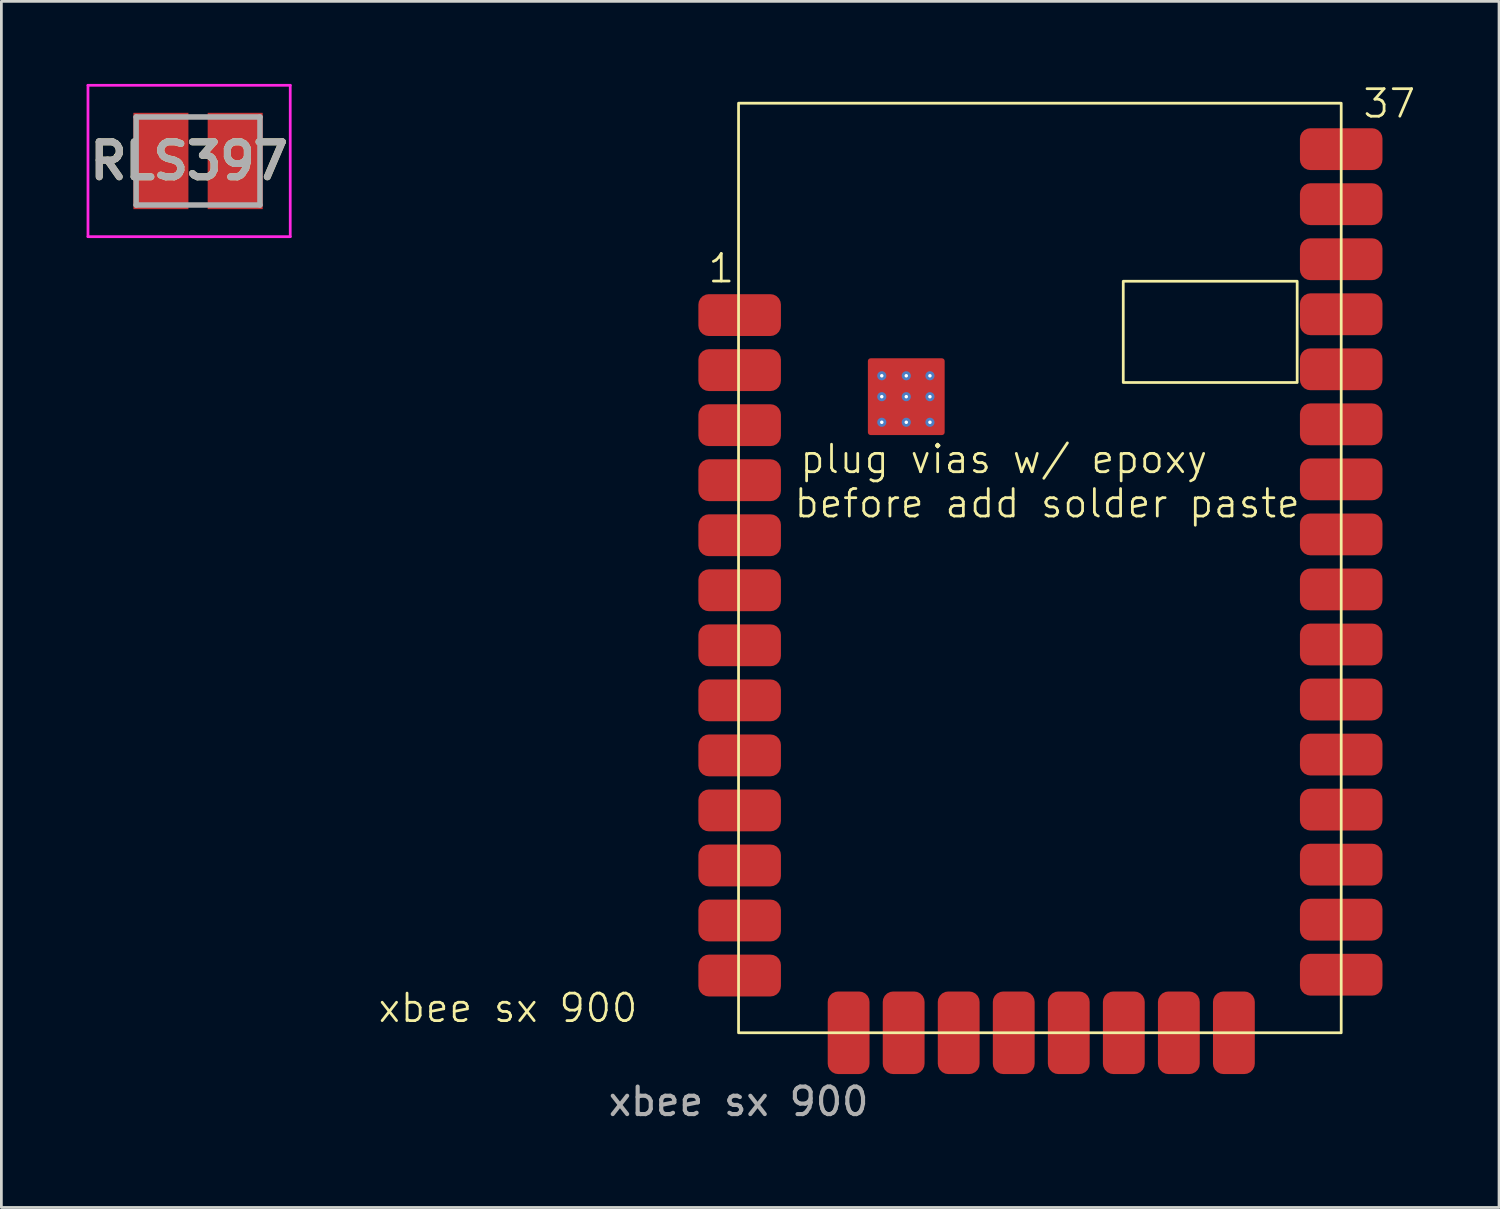
<source format=kicad_pcb>
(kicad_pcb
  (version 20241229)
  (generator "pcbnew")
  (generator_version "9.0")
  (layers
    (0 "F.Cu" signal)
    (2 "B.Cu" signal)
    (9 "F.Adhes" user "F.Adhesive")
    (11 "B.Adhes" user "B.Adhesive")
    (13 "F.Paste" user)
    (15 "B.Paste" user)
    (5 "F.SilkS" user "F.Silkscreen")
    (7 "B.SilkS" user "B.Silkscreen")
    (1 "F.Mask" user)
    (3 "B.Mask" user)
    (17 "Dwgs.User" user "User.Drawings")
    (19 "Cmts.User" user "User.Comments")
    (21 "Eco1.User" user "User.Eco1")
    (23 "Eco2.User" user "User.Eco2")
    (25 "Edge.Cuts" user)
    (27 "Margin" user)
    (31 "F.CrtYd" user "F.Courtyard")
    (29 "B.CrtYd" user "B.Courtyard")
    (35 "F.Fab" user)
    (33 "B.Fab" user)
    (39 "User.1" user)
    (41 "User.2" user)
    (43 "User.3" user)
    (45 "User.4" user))
  (footprint "RLS397"
    (layer "F.Cu")
    (at 4.147 2.8)
    (property "Reference" "RLS397" (at -0.325 0 0) (layer "F.SilkS") (effects (font (size 1.27 1.27) (thickness 0.254))))
    (attr smd)
    (fp_line (start -3 -0.2) (end -3 -0.2) (stroke (width 0.1) (type solid)) (layer "F.SilkS"))
    (fp_line (start -2.9 -0.2) (end -2.9 -0.2) (stroke (width 0.1) (type solid)) (layer "F.SilkS"))
    (fp_arc (start -3 -0.2) (mid -2.95 -0.25) (end -2.9 -0.2) (stroke (width 0.1) (type solid)) (layer "F.SilkS"))
    (fp_arc (start -2.9 -0.2) (mid -2.95 -0.15) (end -3 -0.2) (stroke (width 0.1) (type solid)) (layer "F.SilkS"))
    (fp_line (start -4 -2.75) (end 3.35 -2.75) (stroke (width 0.1) (type solid)) (layer "F.CrtYd"))
    (fp_line (start -4 2.75) (end -4 -2.75) (stroke (width 0.1) (type solid)) (layer "F.CrtYd"))
    (fp_line (start 3.35 -2.75) (end 3.35 2.75) (stroke (width 0.1) (type solid)) (layer "F.CrtYd"))
    (fp_line (start 3.35 2.75) (end -4 2.75) (stroke (width 0.1) (type solid)) (layer "F.CrtYd"))
    (fp_line (start -2.25 -1.6) (end 2.25 -1.6) (stroke (width 0.2) (type solid)) (layer "F.Fab"))
    (fp_line (start -2.25 1.6) (end -2.25 -1.6) (stroke (width 0.2) (type solid)) (layer "F.Fab"))
    (fp_line (start 2.25 -1.6) (end 2.25 1.6) (stroke (width 0.2) (type solid)) (layer "F.Fab"))
    (fp_line (start 2.25 1.6) (end -2.25 1.6) (stroke (width 0.2) (type solid)) (layer "F.Fab"))
    (fp_text user "${REFERENCE}" (at -0.325 0 0) (layer "F.Fab") (effects (font (size 1.27 1.27) (thickness 0.254))))
    (pad "1" smd rect (at -1.35 0) (size 2 3.5) (layers "F.Cu" "F.Mask" "F.Paste"))
    (pad "2" smd rect (at 1.35 0) (size 2 3.5) (layers "F.Cu" "F.Mask" "F.Paste")))
  (footprint "xbee sx 900"
    (layer "F.Cu")
    (at 23.788 34.48)
    (property "Reference" "xbee sx 900" (at -8.38 -0.9 0) (unlocked yes) (layer "F.SilkS") (effects (font (size 1 1) (thickness 0.1))))
    (attr smd)
    (fp_rect (start 0 0) (end 21.9 -33.78) (stroke (width 0.1) (type default)) (fill no) (layer "F.SilkS"))
    (fp_rect (start 13.98 -27.31) (end 20.3 -23.63) (stroke (width 0.1) (type default)) (fill no) (layer "F.SilkS"))
    (fp_text user "before add solder paste" (at 1.96 -18.65 0) (unlocked yes) (layer "F.SilkS") (effects (font (size 1 1) (thickness 0.1)) (justify left bottom)))
    (fp_text user "1" (at -1.17 -27.19 0) (unlocked yes) (layer "F.SilkS") (effects (font (size 1 1) (thickness 0.1)) (justify left bottom)))
    (fp_text user "plug vias w/ epoxy" (at 2.17 -20.26 0) (unlocked yes) (layer "F.SilkS") (effects (font (size 1 1) (thickness 0.1)) (justify left bottom)))
    (fp_text user "37" (at 22.63 -33.18 0) (unlocked yes) (layer "F.SilkS") (effects (font (size 1 1) (thickness 0.1)) (justify left bottom)))
    (fp_text user "${REFERENCE}" (at 0 2.5 0) (unlocked yes) (layer "F.Fab") (effects (font (size 1 1) (thickness 0.15))))
    (pad "1" smd roundrect (at 0.04 -26.08) (size 3 1.52) (layers "F.Cu" "F.Mask" "F.Paste") (roundrect_rratio 0.25))
    (pad "2" smd roundrect (at 0.04 -24.08) (size 3 1.52) (layers "F.Cu" "F.Mask" "F.Paste") (roundrect_rratio 0.25))
    (pad "3" smd roundrect (at 0.04 -22.08) (size 3 1.52) (layers "F.Cu" "F.Mask" "F.Paste") (roundrect_rratio 0.25))
    (pad "4" smd roundrect (at 0.04 -20.08) (size 3 1.52) (layers "F.Cu" "F.Mask" "F.Paste") (roundrect_rratio 0.25))
    (pad "5" smd roundrect (at 0.04 -18.08) (size 3 1.52) (layers "F.Cu" "F.Mask" "F.Paste") (roundrect_rratio 0.25))
    (pad "6" smd roundrect (at 0.04 -16.08) (size 3 1.52) (layers "F.Cu" "F.Mask" "F.Paste") (roundrect_rratio 0.25))
    (pad "7" smd roundrect (at 0.04 -14.08) (size 3 1.52) (layers "F.Cu" "F.Mask" "F.Paste") (roundrect_rratio 0.25))
    (pad "8" smd roundrect (at 0.04 -12.08) (size 3 1.52) (layers "F.Cu" "F.Mask" "F.Paste") (roundrect_rratio 0.25))
    (pad "9" smd roundrect (at 0.04 -10.08) (size 3 1.52) (layers "F.Cu" "F.Mask" "F.Paste") (roundrect_rratio 0.25))
    (pad "10" smd roundrect (at 0.04 -8.08) (size 3 1.52) (layers "F.Cu" "F.Mask" "F.Paste") (roundrect_rratio 0.25))
    (pad "11" smd roundrect (at 0.04 -6.08) (size 3 1.52) (layers "F.Cu" "F.Mask" "F.Paste") (roundrect_rratio 0.25))
    (pad "12" smd roundrect (at 0.04 -4.08) (size 3 1.52) (layers "F.Cu" "F.Mask" "F.Paste") (roundrect_rratio 0.25))
    (pad "13" smd roundrect (at 0.04 -2.08) (size 3 1.52) (layers "F.Cu" "F.Mask" "F.Paste") (roundrect_rratio 0.25))
    (pad "14" smd roundrect (at 4 0 90) (size 3 1.52) (layers "F.Cu" "F.Mask" "F.Paste") (roundrect_rratio 0.25))
    (pad "15" smd roundrect (at 6 0 90) (size 3 1.52) (layers "F.Cu" "F.Mask" "F.Paste") (roundrect_rratio 0.25))
    (pad "16" smd roundrect (at 8 0 90) (size 3 1.52) (layers "F.Cu" "F.Mask" "F.Paste") (roundrect_rratio 0.25))
    (pad "17" smd roundrect (at 10 0 90) (size 3 1.52) (layers "F.Cu" "F.Mask" "F.Paste") (roundrect_rratio 0.25))
    (pad "18" smd roundrect (at 12 0 90) (size 3 1.52) (layers "F.Cu" "F.Mask" "F.Paste") (roundrect_rratio 0.25))
    (pad "19" smd roundrect (at 14 0 90) (size 3 1.52) (layers "F.Cu" "F.Mask" "F.Paste") (roundrect_rratio 0.25))
    (pad "20" smd roundrect (at 16 0 90) (size 3 1.52) (layers "F.Cu" "F.Mask" "F.Paste") (roundrect_rratio 0.25))
    (pad "21" smd roundrect (at 18 0 90) (size 3 1.52) (layers "F.Cu" "F.Mask" "F.Paste") (roundrect_rratio 0.25))
    (pad "22" smd roundrect (at 21.9 -2.11) (size 3 1.52) (layers "F.Cu" "F.Mask" "F.Paste") (roundrect_rratio 0.25))
    (pad "23" smd roundrect (at 21.9 -4.11) (size 3 1.52) (layers "F.Cu" "F.Mask" "F.Paste") (roundrect_rratio 0.25))
    (pad "24" smd roundrect (at 21.9 -6.11) (size 3 1.52) (layers "F.Cu" "F.Mask" "F.Paste") (roundrect_rratio 0.25))
    (pad "25" smd roundrect (at 21.9 -8.11) (size 3 1.52) (layers "F.Cu" "F.Mask" "F.Paste") (roundrect_rratio 0.25))
    (pad "26" smd roundrect (at 21.9 -10.11) (size 3 1.52) (layers "F.Cu" "F.Mask" "F.Paste") (roundrect_rratio 0.25))
    (pad "27" smd roundrect (at 21.9 -12.11) (size 3 1.52) (layers "F.Cu" "F.Mask" "F.Paste") (roundrect_rratio 0.25))
    (pad "28" smd roundrect (at 21.9 -14.11) (size 3 1.52) (layers "F.Cu" "F.Mask" "F.Paste") (roundrect_rratio 0.25))
    (pad "29" smd roundrect (at 21.9 -16.11) (size 3 1.52) (layers "F.Cu" "F.Mask" "F.Paste") (roundrect_rratio 0.25))
    (pad "30" smd roundrect (at 21.9 -18.11) (size 3 1.52) (layers "F.Cu" "F.Mask" "F.Paste") (roundrect_rratio 0.25))
    (pad "31" smd roundrect (at 21.9 -20.11) (size 3 1.52) (layers "F.Cu" "F.Mask" "F.Paste") (roundrect_rratio 0.25))
    (pad "32" smd roundrect (at 21.9 -22.11) (size 3 1.52) (layers "F.Cu" "F.Mask" "F.Paste") (roundrect_rratio 0.25))
    (pad "33" smd roundrect (at 21.9 -24.11) (size 3 1.52) (layers "F.Cu" "F.Mask" "F.Paste") (roundrect_rratio 0.25))
    (pad "34" smd roundrect (at 21.9 -26.11) (size 3 1.52) (layers "F.Cu" "F.Mask" "F.Paste") (roundrect_rratio 0.25))
    (pad "35" smd roundrect (at 21.9 -28.11) (size 3 1.52) (layers "F.Cu" "F.Mask" "F.Paste") (roundrect_rratio 0.25))
    (pad "36" smd roundrect (at 21.9 -30.11) (size 3 1.52) (layers "F.Cu" "F.Mask" "F.Paste") (roundrect_rratio 0.25))
    (pad "37" smd roundrect (at 21.9 -32.11) (size 3 1.52) (layers "F.Cu" "F.Mask" "F.Paste") (roundrect_rratio 0.25))
    (pad "38" thru_hole circle (at 5.205 -23.875) (size 0.33 0.33) (drill 0.127) (layers "*.Cu"))
    (pad "38" thru_hole circle (at 5.205 -23.115) (size 0.33 0.33) (drill 0.127) (layers "*.Cu"))
    (pad "38" thru_hole circle (at 5.205 -22.185) (size 0.33 0.33) (drill 0.127) (layers "*.Cu"))
    (pad "38" thru_hole circle (at 6.095 -23.875) (size 0.33 0.33) (drill 0.127) (layers "*.Cu"))
    (pad "38" thru_hole circle (at 6.095 -23.115) (size 0.33 0.33) (drill 0.127) (layers "*.Cu"))
    (pad "38" smd roundrect (at 6.095 -23.115) (size 2.79 2.79) (layers "F.Cu" "F.Mask" "F.Paste") (roundrect_rratio 0.036))
    (pad "38" thru_hole circle (at 6.095 -22.185) (size 0.33 0.33) (drill 0.127) (layers "*.Cu"))
    (pad "38" thru_hole circle (at 6.955 -23.875) (size 0.33 0.33) (drill 0.127) (layers "*.Cu"))
    (pad "38" thru_hole circle (at 6.955 -23.115) (size 0.33 0.33) (drill 0.127) (layers "*.Cu"))
    (pad "38" thru_hole circle (at 6.955 -22.185) (size 0.33 0.33) (drill 0.127) (layers "*.Cu"))
    (zone (net_name "") (layers "F.Cu" "B.Cu") (hatch edge 0.5) (connect_pads) (min_thickness 0.25) (filled_areas_thickness no) (keepout (tracks not_allowed) (vias not_allowed) (pads not_allowed) (copperpour not_allowed) (footprints allowed)) (placement (enabled no)) (fill) (polygon (pts (xy 37.768 7.17) (xy 44.088 7.17) (xy 44.088 10.85) (xy 37.768 10.85)))))
  (gr_rect
    (start -3 -3)
    (end 51.423 40.828)
    (stroke (width 0.1) (type default))
    (fill no)
    (layer "Edge.Cuts")))
</source>
